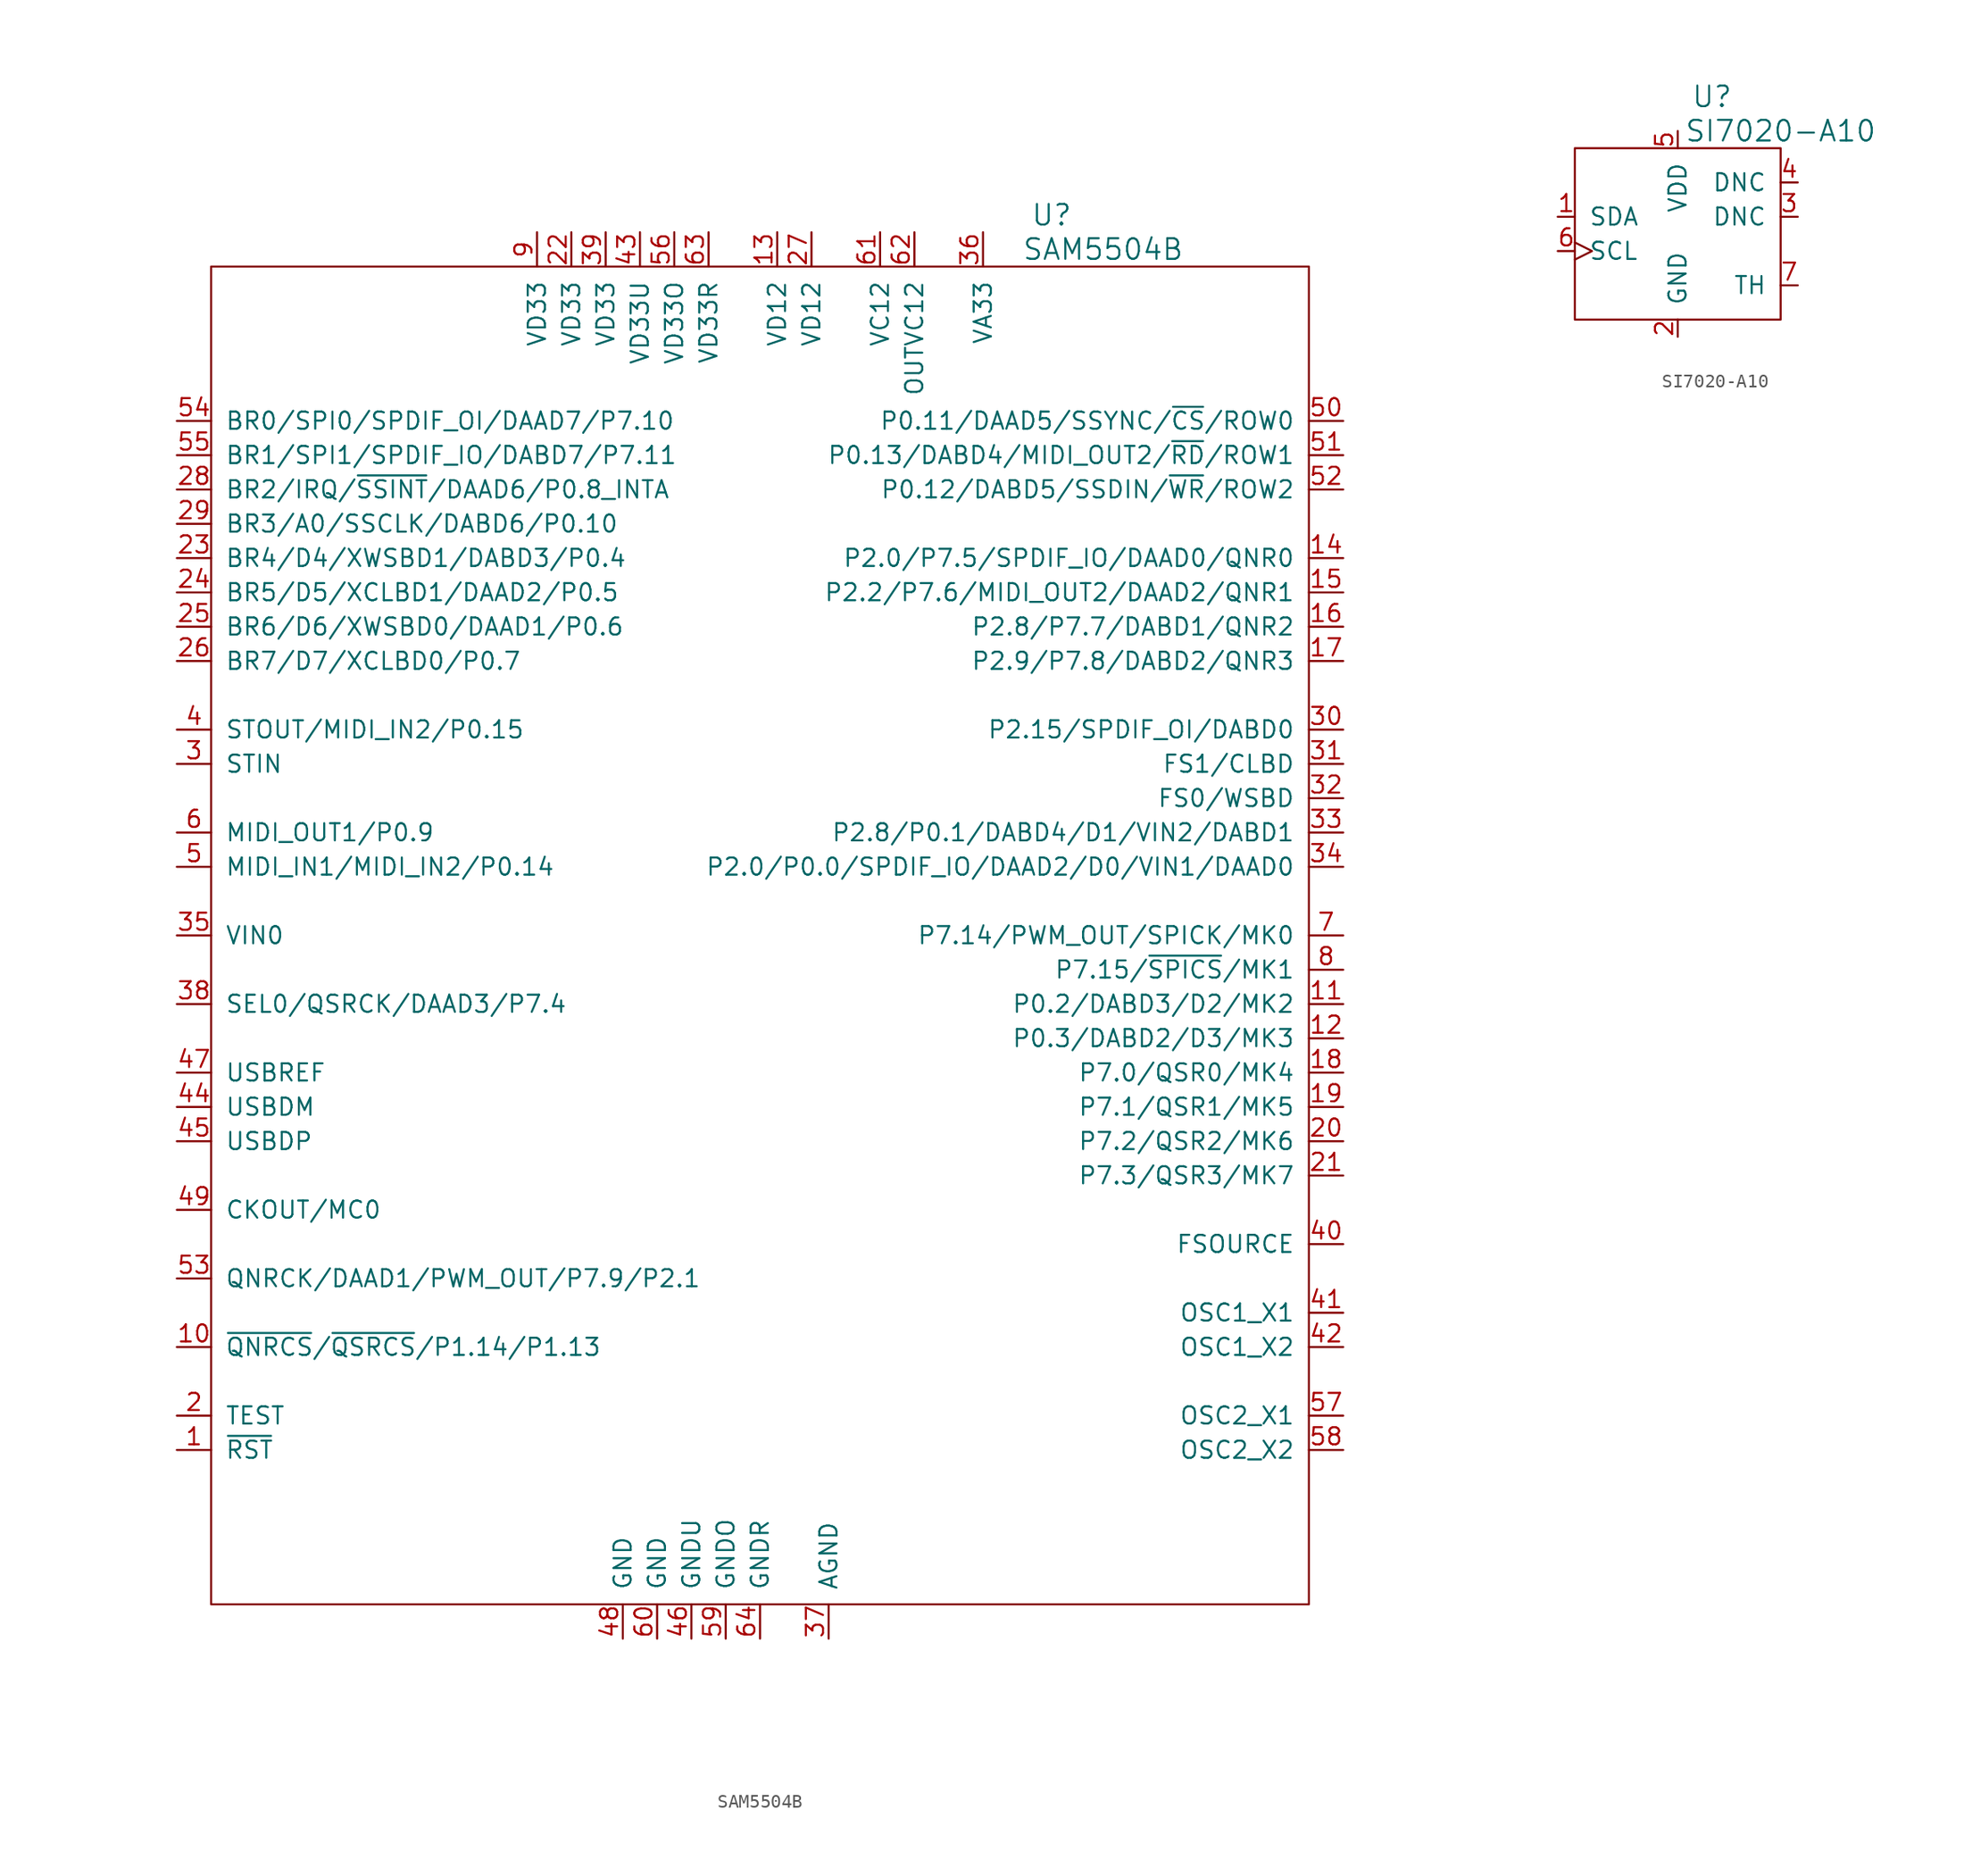
<source format=kicad_sym>
(kicad_symbol_lib
  (version 20220914)
  (generator kicad_symbol_editor)
  (symbol "SAM5504B"
    (pin_names
      (offset 1.016))
    (property "Reference" "U"
      (at 21.59 53.34 0)
      (effects (font (size 1.524 1.524))))
    (property "Value" "SAM5504B"
      (at 25.4 50.8 0)
      (effects (font (size 1.524 1.524))))
    (property "Footprint" ""
      (at 0 1.27 0)
      (effects (font (size 1.524 1.524))))
    (property "Datasheet" ""
      (at 0 0 0)
      (effects (font (size 1.524 1.524))))
    (symbol "SAM5504B_0_1"
      (rectangle (start -40.64 49.53) (end 40.64 -49.53) (stroke (width 0) (type solid)) (fill (type none))))
    (symbol "SAM5504B_1_1"
      (pin passive line (at -43.18 -38.1 0) (length 2.54) (name "~{RST}" (effects (font (size 1.27 1.27)))) (number "1" (effects (font (size 1.27 1.27)))))
      (pin passive line (at -43.18 -30.48 0) (length 2.54) (name "~{QNRCS}/~{QSRCS}/P1.14/P1.13" (effects (font (size 1.27 1.27)))) (number "10" (effects (font (size 1.27 1.27)))))
      (pin passive line (at 43.18 -5.08 180) (length 2.54) (name "P0.2/DABD3/D2/MK2" (effects (font (size 1.27 1.27)))) (number "11" (effects (font (size 1.27 1.27)))))
      (pin passive line (at 43.18 -7.62 180) (length 2.54) (name "P0.3/DABD2/D3/MK3" (effects (font (size 1.27 1.27)))) (number "12" (effects (font (size 1.27 1.27)))))
      (pin passive line (at 1.27 52.07 270) (length 2.54) (name "VD12" (effects (font (size 1.27 1.27)))) (number "13" (effects (font (size 1.27 1.27)))))
      (pin passive line (at 43.18 27.94 180) (length 2.54) (name "P2.0/P7.5/SPDIF_IO/DAAD0/QNR0" (effects (font (size 1.27 1.27)))) (number "14" (effects (font (size 1.27 1.27)))))
      (pin passive line (at 43.18 25.4 180) (length 2.54) (name "P2.2/P7.6/MIDI_OUT2/DAAD2/QNR1" (effects (font (size 1.27 1.27)))) (number "15" (effects (font (size 1.27 1.27)))))
      (pin passive line (at 43.18 22.86 180) (length 2.54) (name "P2.8/P7.7/DABD1/QNR2" (effects (font (size 1.27 1.27)))) (number "16" (effects (font (size 1.27 1.27)))))
      (pin passive line (at 43.18 20.32 180) (length 2.54) (name "P2.9/P7.8/DABD2/QNR3" (effects (font (size 1.27 1.27)))) (number "17" (effects (font (size 1.27 1.27)))))
      (pin passive line (at 43.18 -10.16 180) (length 2.54) (name "P7.0/QSR0/MK4" (effects (font (size 1.27 1.27)))) (number "18" (effects (font (size 1.27 1.27)))))
      (pin passive line (at 43.18 -12.7 180) (length 2.54) (name "P7.1/QSR1/MK5" (effects (font (size 1.27 1.27)))) (number "19" (effects (font (size 1.27 1.27)))))
      (pin passive line (at -43.18 -35.56 0) (length 2.54) (name "TEST" (effects (font (size 1.27 1.27)))) (number "2" (effects (font (size 1.27 1.27)))))
      (pin passive line (at 43.18 -15.24 180) (length 2.54) (name "P7.2/QSR2/MK6" (effects (font (size 1.27 1.27)))) (number "20" (effects (font (size 1.27 1.27)))))
      (pin passive line (at 43.18 -17.78 180) (length 2.54) (name "P7.3/QSR3/MK7" (effects (font (size 1.27 1.27)))) (number "21" (effects (font (size 1.27 1.27)))))
      (pin passive line (at -13.97 52.07 270) (length 2.54) (name "VD33" (effects (font (size 1.27 1.27)))) (number "22" (effects (font (size 1.27 1.27)))))
      (pin passive line (at -43.18 27.94 0) (length 2.54) (name "BR4/D4/XWSBD1/DABD3/P0.4" (effects (font (size 1.27 1.27)))) (number "23" (effects (font (size 1.27 1.27)))))
      (pin passive line (at -43.18 25.4 0) (length 2.54) (name "BR5/D5/XCLBD1/DAAD2/P0.5" (effects (font (size 1.27 1.27)))) (number "24" (effects (font (size 1.27 1.27)))))
      (pin passive line (at -43.18 22.86 0) (length 2.54) (name "BR6/D6/XWSBD0/DAAD1/P0.6" (effects (font (size 1.27 1.27)))) (number "25" (effects (font (size 1.27 1.27)))))
      (pin passive line (at -43.18 20.32 0) (length 2.54) (name "BR7/D7/XCLBD0/P0.7" (effects (font (size 1.27 1.27)))) (number "26" (effects (font (size 1.27 1.27)))))
      (pin passive line (at 3.81 52.07 270) (length 2.54) (name "VD12" (effects (font (size 1.27 1.27)))) (number "27" (effects (font (size 1.27 1.27)))))
      (pin passive line (at -43.18 33.02 0) (length 2.54) (name "BR2/IRQ/~{SSINT}/DAAD6/P0.8_INTA" (effects (font (size 1.27 1.27)))) (number "28" (effects (font (size 1.27 1.27)))))
      (pin passive line (at -43.18 30.48 0) (length 2.54) (name "BR3/A0/SSCLK/DABD6/P0.10" (effects (font (size 1.27 1.27)))) (number "29" (effects (font (size 1.27 1.27)))))
      (pin passive line (at -43.18 12.7 0) (length 2.54) (name "STIN" (effects (font (size 1.27 1.27)))) (number "3" (effects (font (size 1.27 1.27)))))
      (pin passive line (at 43.18 15.24 180) (length 2.54) (name "P2.15/SPDIF_OI/DABD0" (effects (font (size 1.27 1.27)))) (number "30" (effects (font (size 1.27 1.27)))))
      (pin passive line (at 43.18 12.7 180) (length 2.54) (name "FS1/CLBD" (effects (font (size 1.27 1.27)))) (number "31" (effects (font (size 1.27 1.27)))))
      (pin passive line (at 43.18 10.16 180) (length 2.54) (name "FS0/WSBD" (effects (font (size 1.27 1.27)))) (number "32" (effects (font (size 1.27 1.27)))))
      (pin passive line (at 43.18 7.62 180) (length 2.54) (name "P2.8/P0.1/DABD4/D1/VIN2/DABD1" (effects (font (size 1.27 1.27)))) (number "33" (effects (font (size 1.27 1.27)))))
      (pin passive line (at 43.18 5.08 180) (length 2.54) (name "P2.0/P0.0/SPDIF_IO/DAAD2/D0/VIN1/DAAD0" (effects (font (size 1.27 1.27)))) (number "34" (effects (font (size 1.27 1.27)))))
      (pin passive line (at -43.18 0 0) (length 2.54) (name "VIN0" (effects (font (size 1.27 1.27)))) (number "35" (effects (font (size 1.27 1.27)))))
      (pin passive line (at 16.51 52.07 270) (length 2.54) (name "VA33" (effects (font (size 1.27 1.27)))) (number "36" (effects (font (size 1.27 1.27)))))
      (pin passive line (at 5.08 -52.07 90) (length 2.54) (name "AGND" (effects (font (size 1.27 1.27)))) (number "37" (effects (font (size 1.27 1.27)))))
      (pin passive line (at -43.18 -5.08 0) (length 2.54) (name "SEL0/QSRCK/DAAD3/P7.4" (effects (font (size 1.27 1.27)))) (number "38" (effects (font (size 1.27 1.27)))))
      (pin passive line (at -11.43 52.07 270) (length 2.54) (name "VD33" (effects (font (size 1.27 1.27)))) (number "39" (effects (font (size 1.27 1.27)))))
      (pin passive line (at -43.18 15.24 0) (length 2.54) (name "STOUT/MIDI_IN2/P0.15" (effects (font (size 1.27 1.27)))) (number "4" (effects (font (size 1.27 1.27)))))
      (pin passive line (at 43.18 -22.86 180) (length 2.54) (name "FSOURCE" (effects (font (size 1.27 1.27)))) (number "40" (effects (font (size 1.27 1.27)))))
      (pin passive line (at 43.18 -27.94 180) (length 2.54) (name "OSC1_X1" (effects (font (size 1.27 1.27)))) (number "41" (effects (font (size 1.27 1.27)))))
      (pin passive line (at 43.18 -30.48 180) (length 2.54) (name "OSC1_X2" (effects (font (size 1.27 1.27)))) (number "42" (effects (font (size 1.27 1.27)))))
      (pin passive line (at -8.89 52.07 270) (length 2.54) (name "VD33U" (effects (font (size 1.27 1.27)))) (number "43" (effects (font (size 1.27 1.27)))))
      (pin passive line (at -43.18 -12.7 0) (length 2.54) (name "USBDM" (effects (font (size 1.27 1.27)))) (number "44" (effects (font (size 1.27 1.27)))))
      (pin passive line (at -43.18 -15.24 0) (length 2.54) (name "USBDP" (effects (font (size 1.27 1.27)))) (number "45" (effects (font (size 1.27 1.27)))))
      (pin passive line (at -5.08 -52.07 90) (length 2.54) (name "GNDU" (effects (font (size 1.27 1.27)))) (number "46" (effects (font (size 1.27 1.27)))))
      (pin passive line (at -43.18 -10.16 0) (length 2.54) (name "USBREF" (effects (font (size 1.27 1.27)))) (number "47" (effects (font (size 1.27 1.27)))))
      (pin passive line (at -10.16 -52.07 90) (length 2.54) (name "GND" (effects (font (size 1.27 1.27)))) (number "48" (effects (font (size 1.27 1.27)))))
      (pin passive line (at -43.18 -20.32 0) (length 2.54) (name "CKOUT/MC0" (effects (font (size 1.27 1.27)))) (number "49" (effects (font (size 1.27 1.27)))))
      (pin passive line (at -43.18 5.08 0) (length 2.54) (name "MIDI_IN1/MIDI_IN2/P0.14" (effects (font (size 1.27 1.27)))) (number "5" (effects (font (size 1.27 1.27)))))
      (pin passive line (at 43.18 38.1 180) (length 2.54) (name "P0.11/DAAD5/SSYNC/~{CS}/ROW0" (effects (font (size 1.27 1.27)))) (number "50" (effects (font (size 1.27 1.27)))))
      (pin passive line (at 43.18 35.56 180) (length 2.54) (name "P0.13/DABD4/MIDI_OUT2/~{RD}/ROW1" (effects (font (size 1.27 1.27)))) (number "51" (effects (font (size 1.27 1.27)))))
      (pin passive line (at 43.18 33.02 180) (length 2.54) (name "P0.12/DABD5/SSDIN/~{WR}/ROW2" (effects (font (size 1.27 1.27)))) (number "52" (effects (font (size 1.27 1.27)))))
      (pin passive line (at -43.18 -25.4 0) (length 2.54) (name "QNRCK/DAAD1/PWM_OUT/P7.9/P2.1" (effects (font (size 1.27 1.27)))) (number "53" (effects (font (size 1.27 1.27)))))
      (pin passive line (at -43.18 38.1 0) (length 2.54) (name "BR0/SPI0/SPDIF_OI/DAAD7/P7.10" (effects (font (size 1.27 1.27)))) (number "54" (effects (font (size 1.27 1.27)))))
      (pin passive line (at -43.18 35.56 0) (length 2.54) (name "BR1/SPI1/SPDIF_IO/DABD7/P7.11" (effects (font (size 1.27 1.27)))) (number "55" (effects (font (size 1.27 1.27)))))
      (pin passive line (at -6.35 52.07 270) (length 2.54) (name "VD33O" (effects (font (size 1.27 1.27)))) (number "56" (effects (font (size 1.27 1.27)))))
      (pin passive line (at 43.18 -35.56 180) (length 2.54) (name "OSC2_X1" (effects (font (size 1.27 1.27)))) (number "57" (effects (font (size 1.27 1.27)))))
      (pin passive line (at 43.18 -38.1 180) (length 2.54) (name "OSC2_X2" (effects (font (size 1.27 1.27)))) (number "58" (effects (font (size 1.27 1.27)))))
      (pin passive line (at -2.54 -52.07 90) (length 2.54) (name "GNDO" (effects (font (size 1.27 1.27)))) (number "59" (effects (font (size 1.27 1.27)))))
      (pin passive line (at -43.18 7.62 0) (length 2.54) (name "MIDI_OUT1/P0.9" (effects (font (size 1.27 1.27)))) (number "6" (effects (font (size 1.27 1.27)))))
      (pin passive line (at -7.62 -52.07 90) (length 2.54) (name "GND" (effects (font (size 1.27 1.27)))) (number "60" (effects (font (size 1.27 1.27)))))
      (pin passive line (at 8.89 52.07 270) (length 2.54) (name "VC12" (effects (font (size 1.27 1.27)))) (number "61" (effects (font (size 1.27 1.27)))))
      (pin passive line (at 11.43 52.07 270) (length 2.54) (name "OUTVC12" (effects (font (size 1.27 1.27)))) (number "62" (effects (font (size 1.27 1.27)))))
      (pin passive line (at -3.81 52.07 270) (length 2.54) (name "VD33R" (effects (font (size 1.27 1.27)))) (number "63" (effects (font (size 1.27 1.27)))))
      (pin passive line (at 0 -52.07 90) (length 2.54) (name "GNDR" (effects (font (size 1.27 1.27)))) (number "64" (effects (font (size 1.27 1.27)))))
      (pin passive line (at 43.18 0 180) (length 2.54) (name "P7.14/PWM_OUT/SPICK/MK0" (effects (font (size 1.27 1.27)))) (number "7" (effects (font (size 1.27 1.27)))))
      (pin passive line (at 43.18 -2.54 180) (length 2.54) (name "P7.15/~{SPICS}/MK1" (effects (font (size 1.27 1.27)))) (number "8" (effects (font (size 1.27 1.27)))))
      (pin passive line (at -16.51 52.07 270) (length 2.54) (name "VD33" (effects (font (size 1.27 1.27)))) (number "9" (effects (font (size 1.27 1.27)))))))
  (symbol "SI7020-A10"
    (pin_names
      (offset 1.016))
    (property "Reference" "U"
      (at 2.54 10.16 0)
      (effects (font (size 1.524 1.524))))
    (property "Value" "SI7020-A10"
      (at 7.62 7.62 0)
      (effects (font (size 1.524 1.524))))
    (property "Footprint" ""
      (at 0 0 0)
      (effects (font (size 1.524 1.524))))
    (property "Datasheet" ""
      (at 0 0 0)
      (effects (font (size 1.524 1.524))))
    (symbol "SI7020-A10_0_1"
      (rectangle (start -7.62 6.35) (end 7.62 -6.35) (stroke (width 0) (type solid)) (fill (type none))))
    (symbol "SI7020-A10_1_1"
      (pin passive line (at -8.89 1.27 0) (length 1.27) (name "SDA" (effects (font (size 1.27 1.27)))) (number "1" (effects (font (size 1.27 1.27)))))
      (pin passive line (at 0 -7.62 90) (length 1.27) (name "GND" (effects (font (size 1.27 1.27)))) (number "2" (effects (font (size 1.27 1.27)))))
      (pin passive line (at 8.89 1.27 180) (length 1.27) (name "DNC" (effects (font (size 1.27 1.27)))) (number "3" (effects (font (size 1.27 1.27)))))
      (pin passive line (at 8.89 3.81 180) (length 1.27) (name "DNC" (effects (font (size 1.27 1.27)))) (number "4" (effects (font (size 1.27 1.27)))))
      (pin passive line (at 0 7.62 270) (length 1.27) (name "VDD" (effects (font (size 1.27 1.27)))) (number "5" (effects (font (size 1.27 1.27)))))
      (pin passive clock (at -8.89 -1.27 0) (length 1.27) (name "SCL" (effects (font (size 1.27 1.27)))) (number "6" (effects (font (size 1.27 1.27)))))
      (pin passive line (at 8.89 -3.81 180) (length 1.27) (name "TH" (effects (font (size 1.27 1.27)))) (number "7" (effects (font (size 1.27 1.27))))))))
</source>
